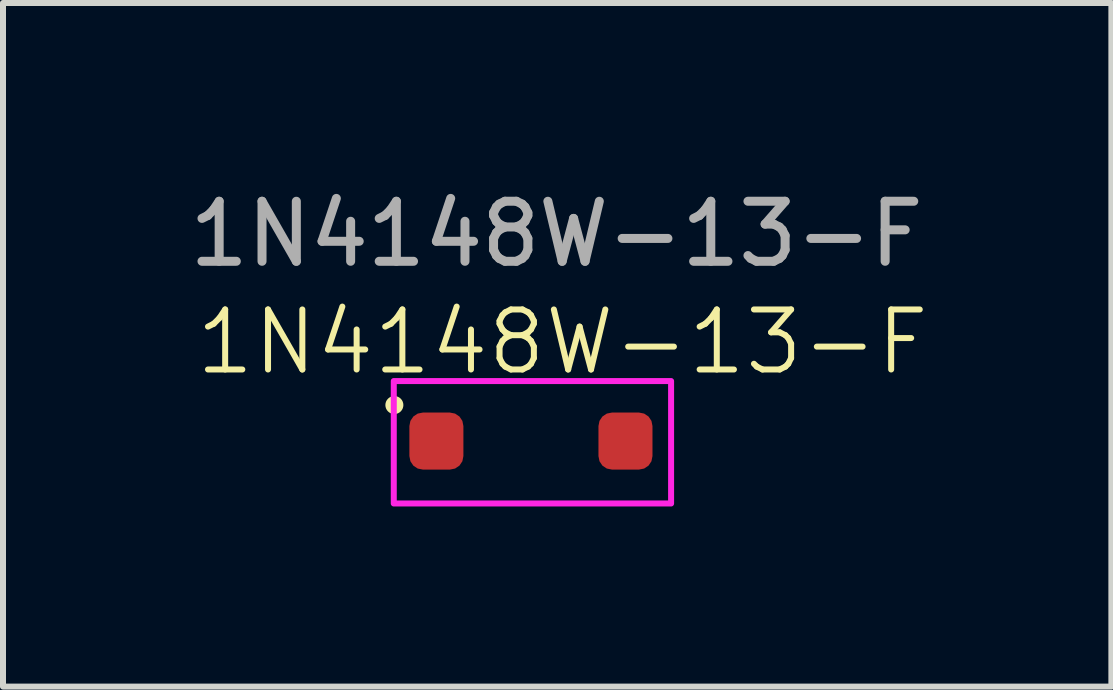
<source format=kicad_pcb>
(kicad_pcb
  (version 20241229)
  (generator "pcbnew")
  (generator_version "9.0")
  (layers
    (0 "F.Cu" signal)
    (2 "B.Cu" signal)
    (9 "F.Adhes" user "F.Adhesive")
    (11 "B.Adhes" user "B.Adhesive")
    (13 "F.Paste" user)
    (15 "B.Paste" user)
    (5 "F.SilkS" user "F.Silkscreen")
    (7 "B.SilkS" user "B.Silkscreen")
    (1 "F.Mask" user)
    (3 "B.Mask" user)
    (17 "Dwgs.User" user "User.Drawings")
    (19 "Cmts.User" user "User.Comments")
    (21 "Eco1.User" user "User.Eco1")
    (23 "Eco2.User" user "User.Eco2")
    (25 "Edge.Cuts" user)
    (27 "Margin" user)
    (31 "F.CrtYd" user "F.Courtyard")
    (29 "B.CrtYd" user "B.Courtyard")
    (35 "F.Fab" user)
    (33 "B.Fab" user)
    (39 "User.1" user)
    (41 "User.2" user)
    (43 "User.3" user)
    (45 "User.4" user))
  (footprint "1N4148W-13-F"
    (layer "F.Cu")
    (at 5.795 4.298)
    (property "Reference" "1N4148W-13-F" (at 0.525 -1.65 0) (unlocked yes) (layer "F.SilkS") (effects (font (size 1 1) (thickness 0.1))))
    (attr smd)
    (fp_circle (center -2.275 -0.6) (end -2.175 -0.6) (stroke (width 0.1) (type solid)) (fill yes) (layer "F.SilkS"))
    (fp_rect (start -2.285 -1) (end 2.335 1.04) (stroke (width 0.1) (type default)) (fill no) (layer "F.CrtYd"))
    (fp_text user "${REFERENCE}" (at 0.425 -3.45 0) (unlocked yes) (layer "F.Fab") (effects (font (size 1 1) (thickness 0.15))))
    (pad "1" smd roundrect (at -1.575 0) (size 0.9 0.95) (layers "F.Cu" "F.Mask" "F.Paste") (roundrect_rratio 0.25))
    (pad "2" smd roundrect (at 1.575 0) (size 0.9 0.95) (layers "F.Cu" "F.Mask" "F.Paste") (roundrect_rratio 0.25)))
  (gr_rect
    (start -3 -3)
    (end 15.465 8.388)
    (stroke (width 0.1) (type default))
    (fill no)
    (layer "Edge.Cuts")))
</source>
